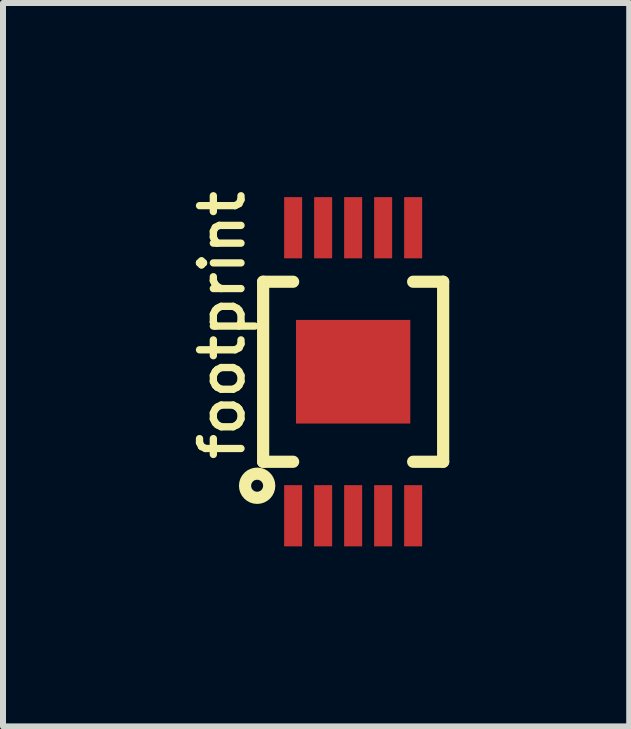
<source format=kicad_pcb>
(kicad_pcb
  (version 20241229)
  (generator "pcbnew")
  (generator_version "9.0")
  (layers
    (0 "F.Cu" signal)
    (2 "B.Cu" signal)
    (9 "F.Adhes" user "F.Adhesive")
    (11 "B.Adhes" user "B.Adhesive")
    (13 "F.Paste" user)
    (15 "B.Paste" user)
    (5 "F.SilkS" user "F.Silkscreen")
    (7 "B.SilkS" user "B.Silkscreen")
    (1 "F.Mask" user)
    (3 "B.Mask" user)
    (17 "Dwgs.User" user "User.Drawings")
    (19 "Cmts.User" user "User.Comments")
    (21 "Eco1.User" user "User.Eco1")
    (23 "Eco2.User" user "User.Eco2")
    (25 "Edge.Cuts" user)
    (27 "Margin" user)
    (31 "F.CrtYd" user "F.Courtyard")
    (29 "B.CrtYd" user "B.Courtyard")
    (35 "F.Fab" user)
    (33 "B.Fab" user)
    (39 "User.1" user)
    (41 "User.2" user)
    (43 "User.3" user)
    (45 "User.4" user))
  (footprint "footprint"
    (layer "F.Cu")
    (at 2.835 3.145)
    (property "Reference" "footprint" (at -1.778 1.524 90) (layer "F.SilkS") (effects (font (size 0.691 0.691) (thickness 0.122)) (justify left bottom)))
    (fp_line (start -1.5 -1.5) (end -1 -1.5) (stroke (width 0.203) (type solid)) (layer "F.SilkS"))
    (fp_line (start -1.5 1.5) (end -1.5 -1.5) (stroke (width 0.203) (type solid)) (layer "F.SilkS"))
    (fp_line (start -1.5 1.5) (end -1 1.5) (stroke (width 0.203) (type solid)) (layer "F.SilkS"))
    (fp_line (start 1.5 -1.5) (end 1 -1.5) (stroke (width 0.203) (type solid)) (layer "F.SilkS"))
    (fp_line (start 1.5 -1.5) (end 1.5 1.5) (stroke (width 0.203) (type solid)) (layer "F.SilkS"))
    (fp_line (start 1.5 1.5) (end 1 1.5) (stroke (width 0.203) (type solid)) (layer "F.SilkS"))
    (fp_circle (center -1.6 1.9) (end -1.5 1.9) (stroke (width 0.203) (type solid)) (fill no) (layer "F.SilkS"))
    (pad "1" smd rect (at -1 2.4 90) (size 1.02 0.3) (layers "F.Cu" "F.Mask" "F.Paste"))
    (pad "2" smd rect (at -0.5 2.4 90) (size 1.02 0.3) (layers "F.Cu" "F.Mask" "F.Paste"))
    (pad "3" smd rect (at 0 2.4 90) (size 1.02 0.3) (layers "F.Cu" "F.Mask" "F.Paste"))
    (pad "4" smd rect (at 0.5 2.4 90) (size 1.02 0.3) (layers "F.Cu" "F.Mask" "F.Paste"))
    (pad "5" smd rect (at 1 2.4 90) (size 1.02 0.3) (layers "F.Cu" "F.Mask" "F.Paste"))
    (pad "6" smd rect (at 1 -2.4 90) (size 1.02 0.3) (layers "F.Cu" "F.Mask" "F.Paste"))
    (pad "7" smd rect (at 0.5 -2.4 90) (size 1.02 0.3) (layers "F.Cu" "F.Mask" "F.Paste"))
    (pad "8" smd rect (at 0 -2.4 90) (size 1.02 0.3) (layers "F.Cu" "F.Mask" "F.Paste"))
    (pad "9" smd rect (at -0.5 -2.4 90) (size 1.02 0.3) (layers "F.Cu" "F.Mask" "F.Paste"))
    (pad "10" smd rect (at -1 -2.4 90) (size 1.02 0.3) (layers "F.Cu" "F.Mask" "F.Paste"))
    (pad "PAD" smd rect (at 0 0) (size 1.905 1.727) (layers "F.Cu" "F.Mask" "F.Paste")))
  (gr_rect
    (start -3 -3)
    (end 7.436 9.055)
    (stroke (width 0.1) (type default))
    (fill no)
    (layer "Edge.Cuts")))
</source>
